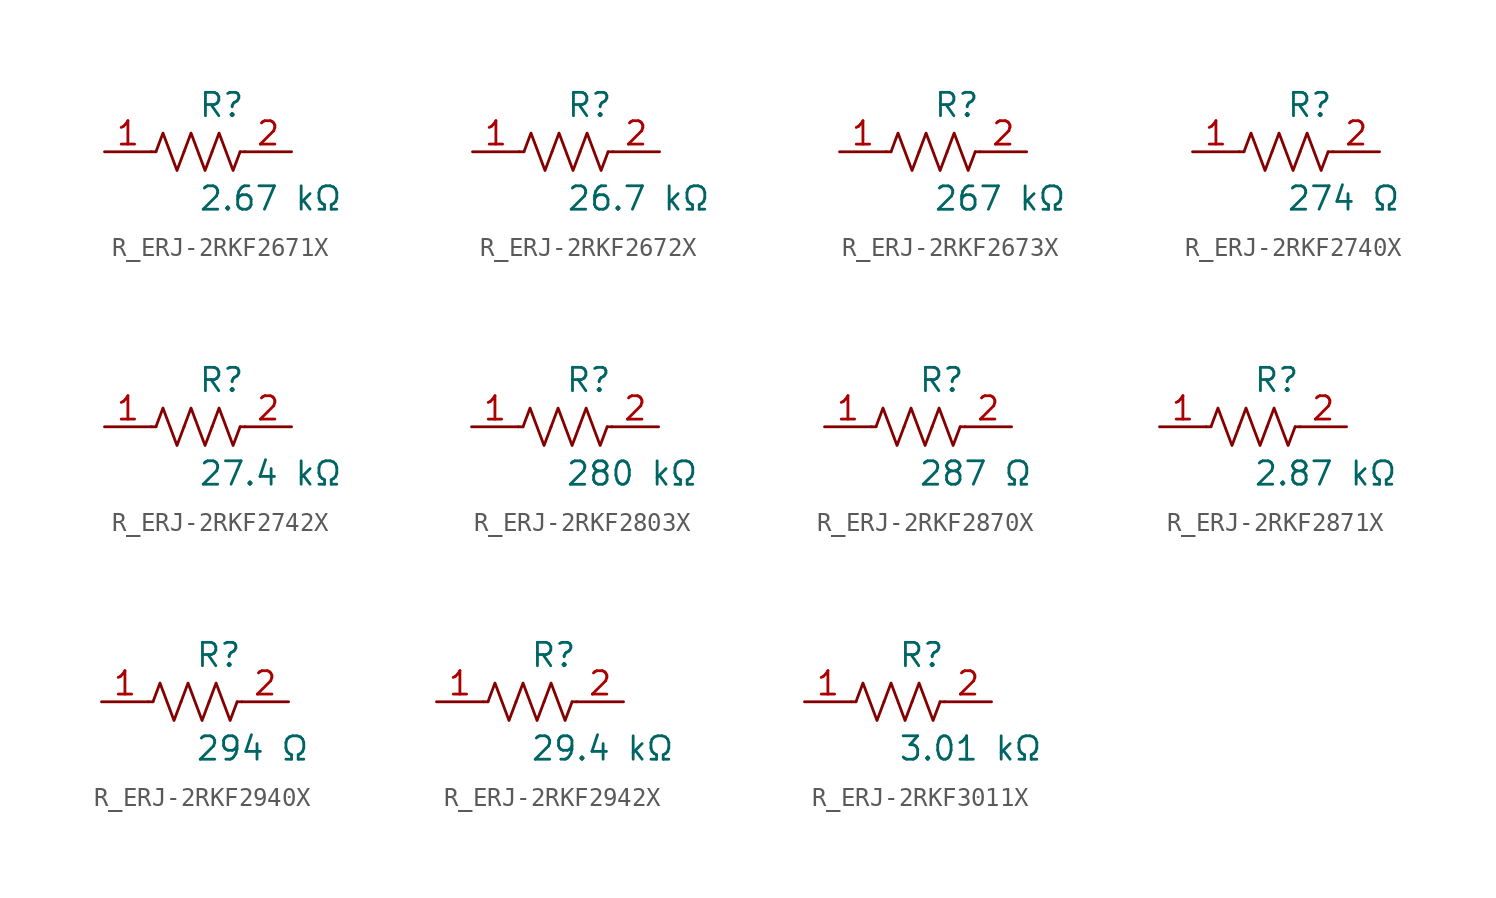
<source format=kicad_sym>
(kicad_symbol_lib
  (version 20231120)
  (generator kicad_symbol_editor)
  (generator_version 8.0)
  (symbol "R_ERJ-2RKF2671X"
    (pin_names
      (offset 0.254))
    (property "Reference" "R"
      (at 0.0 2.54 0)
      (effects (font (size 1.27 1.27)) (justify left)))
    (property "Value" "2.67 kΩ"
      (at 0.0 -2.54 0)
      (effects (font (size 1.27 1.27)) (justify left)))
    (symbol "R_ERJ-2RKF2671X_0_1"
      (polyline (pts (xy 2.286 0) (xy 2.54 0)) (stroke (width 0) (type default)) (fill (type none)))
      (polyline (pts (xy -2.286 0) (xy -2.54 0)) (stroke (width 0) (type default)) (fill (type none)))
      (polyline (pts (xy 0.762 0) (xy 1.143 1.016) (xy 1.524 0) (xy 1.905 -1.016) (xy 2.286 0)) (stroke (width 0) (type default)) (fill (type none)))
      (polyline (pts (xy -0.762 0) (xy -0.381 1.016) (xy 0 0) (xy 0.381 -1.016) (xy 0.762 0)) (stroke (width 0) (type default)) (fill (type none)))
      (polyline (pts (xy -2.286 0) (xy -1.905 1.016) (xy -1.524 0) (xy -1.143 -1.016) (xy -0.762 0)) (stroke (width 0) (type default)) (fill (type none))))
    (pin unspecified line
      (at -5.08 0 0)
      (length 2.54)
      (name "" (effects (font (size 1.27 1.27))))
      (number "1" (effects (font (size 1.27 1.27)))))
    (pin unspecified line
      (at 5.08 0 180)
      (length 2.54)
      (name "" (effects (font (size 1.27 1.27))))
      (number "2" (effects (font (size 1.27 1.27))))))
  (symbol "R_ERJ-2RKF2672X"
    (pin_names
      (offset 0.254))
    (property "Reference" "R"
      (at 0.0 2.54 0)
      (effects (font (size 1.27 1.27)) (justify left)))
    (property "Value" "26.7 kΩ"
      (at 0.0 -2.54 0)
      (effects (font (size 1.27 1.27)) (justify left)))
    (symbol "R_ERJ-2RKF2672X_0_1"
      (polyline (pts (xy 2.286 0) (xy 2.54 0)) (stroke (width 0) (type default)) (fill (type none)))
      (polyline (pts (xy -2.286 0) (xy -2.54 0)) (stroke (width 0) (type default)) (fill (type none)))
      (polyline (pts (xy 0.762 0) (xy 1.143 1.016) (xy 1.524 0) (xy 1.905 -1.016) (xy 2.286 0)) (stroke (width 0) (type default)) (fill (type none)))
      (polyline (pts (xy -0.762 0) (xy -0.381 1.016) (xy 0 0) (xy 0.381 -1.016) (xy 0.762 0)) (stroke (width 0) (type default)) (fill (type none)))
      (polyline (pts (xy -2.286 0) (xy -1.905 1.016) (xy -1.524 0) (xy -1.143 -1.016) (xy -0.762 0)) (stroke (width 0) (type default)) (fill (type none))))
    (pin unspecified line
      (at -5.08 0 0)
      (length 2.54)
      (name "" (effects (font (size 1.27 1.27))))
      (number "1" (effects (font (size 1.27 1.27)))))
    (pin unspecified line
      (at 5.08 0 180)
      (length 2.54)
      (name "" (effects (font (size 1.27 1.27))))
      (number "2" (effects (font (size 1.27 1.27))))))
  (symbol "R_ERJ-2RKF2673X"
    (pin_names
      (offset 0.254))
    (property "Reference" "R"
      (at 0.0 2.54 0)
      (effects (font (size 1.27 1.27)) (justify left)))
    (property "Value" "267 kΩ"
      (at 0.0 -2.54 0)
      (effects (font (size 1.27 1.27)) (justify left)))
    (symbol "R_ERJ-2RKF2673X_0_1"
      (polyline (pts (xy 2.286 0) (xy 2.54 0)) (stroke (width 0) (type default)) (fill (type none)))
      (polyline (pts (xy -2.286 0) (xy -2.54 0)) (stroke (width 0) (type default)) (fill (type none)))
      (polyline (pts (xy 0.762 0) (xy 1.143 1.016) (xy 1.524 0) (xy 1.905 -1.016) (xy 2.286 0)) (stroke (width 0) (type default)) (fill (type none)))
      (polyline (pts (xy -0.762 0) (xy -0.381 1.016) (xy 0 0) (xy 0.381 -1.016) (xy 0.762 0)) (stroke (width 0) (type default)) (fill (type none)))
      (polyline (pts (xy -2.286 0) (xy -1.905 1.016) (xy -1.524 0) (xy -1.143 -1.016) (xy -0.762 0)) (stroke (width 0) (type default)) (fill (type none))))
    (pin unspecified line
      (at -5.08 0 0)
      (length 2.54)
      (name "" (effects (font (size 1.27 1.27))))
      (number "1" (effects (font (size 1.27 1.27)))))
    (pin unspecified line
      (at 5.08 0 180)
      (length 2.54)
      (name "" (effects (font (size 1.27 1.27))))
      (number "2" (effects (font (size 1.27 1.27))))))
  (symbol "R_ERJ-2RKF2740X"
    (pin_names
      (offset 0.254))
    (property "Reference" "R"
      (at 0.0 2.54 0)
      (effects (font (size 1.27 1.27)) (justify left)))
    (property "Value" "274 Ω"
      (at 0.0 -2.54 0)
      (effects (font (size 1.27 1.27)) (justify left)))
    (symbol "R_ERJ-2RKF2740X_0_1"
      (polyline (pts (xy 2.286 0) (xy 2.54 0)) (stroke (width 0) (type default)) (fill (type none)))
      (polyline (pts (xy -2.286 0) (xy -2.54 0)) (stroke (width 0) (type default)) (fill (type none)))
      (polyline (pts (xy 0.762 0) (xy 1.143 1.016) (xy 1.524 0) (xy 1.905 -1.016) (xy 2.286 0)) (stroke (width 0) (type default)) (fill (type none)))
      (polyline (pts (xy -0.762 0) (xy -0.381 1.016) (xy 0 0) (xy 0.381 -1.016) (xy 0.762 0)) (stroke (width 0) (type default)) (fill (type none)))
      (polyline (pts (xy -2.286 0) (xy -1.905 1.016) (xy -1.524 0) (xy -1.143 -1.016) (xy -0.762 0)) (stroke (width 0) (type default)) (fill (type none))))
    (pin unspecified line
      (at -5.08 0 0)
      (length 2.54)
      (name "" (effects (font (size 1.27 1.27))))
      (number "1" (effects (font (size 1.27 1.27)))))
    (pin unspecified line
      (at 5.08 0 180)
      (length 2.54)
      (name "" (effects (font (size 1.27 1.27))))
      (number "2" (effects (font (size 1.27 1.27))))))
  (symbol "R_ERJ-2RKF2742X"
    (pin_names
      (offset 0.254))
    (property "Reference" "R"
      (at 0.0 2.54 0)
      (effects (font (size 1.27 1.27)) (justify left)))
    (property "Value" "27.4 kΩ"
      (at 0.0 -2.54 0)
      (effects (font (size 1.27 1.27)) (justify left)))
    (symbol "R_ERJ-2RKF2742X_0_1"
      (polyline (pts (xy 2.286 0) (xy 2.54 0)) (stroke (width 0) (type default)) (fill (type none)))
      (polyline (pts (xy -2.286 0) (xy -2.54 0)) (stroke (width 0) (type default)) (fill (type none)))
      (polyline (pts (xy 0.762 0) (xy 1.143 1.016) (xy 1.524 0) (xy 1.905 -1.016) (xy 2.286 0)) (stroke (width 0) (type default)) (fill (type none)))
      (polyline (pts (xy -0.762 0) (xy -0.381 1.016) (xy 0 0) (xy 0.381 -1.016) (xy 0.762 0)) (stroke (width 0) (type default)) (fill (type none)))
      (polyline (pts (xy -2.286 0) (xy -1.905 1.016) (xy -1.524 0) (xy -1.143 -1.016) (xy -0.762 0)) (stroke (width 0) (type default)) (fill (type none))))
    (pin unspecified line
      (at -5.08 0 0)
      (length 2.54)
      (name "" (effects (font (size 1.27 1.27))))
      (number "1" (effects (font (size 1.27 1.27)))))
    (pin unspecified line
      (at 5.08 0 180)
      (length 2.54)
      (name "" (effects (font (size 1.27 1.27))))
      (number "2" (effects (font (size 1.27 1.27))))))
  (symbol "R_ERJ-2RKF2803X"
    (pin_names
      (offset 0.254))
    (property "Reference" "R"
      (at 0.0 2.54 0)
      (effects (font (size 1.27 1.27)) (justify left)))
    (property "Value" "280 kΩ"
      (at 0.0 -2.54 0)
      (effects (font (size 1.27 1.27)) (justify left)))
    (symbol "R_ERJ-2RKF2803X_0_1"
      (polyline (pts (xy 2.286 0) (xy 2.54 0)) (stroke (width 0) (type default)) (fill (type none)))
      (polyline (pts (xy -2.286 0) (xy -2.54 0)) (stroke (width 0) (type default)) (fill (type none)))
      (polyline (pts (xy 0.762 0) (xy 1.143 1.016) (xy 1.524 0) (xy 1.905 -1.016) (xy 2.286 0)) (stroke (width 0) (type default)) (fill (type none)))
      (polyline (pts (xy -0.762 0) (xy -0.381 1.016) (xy 0 0) (xy 0.381 -1.016) (xy 0.762 0)) (stroke (width 0) (type default)) (fill (type none)))
      (polyline (pts (xy -2.286 0) (xy -1.905 1.016) (xy -1.524 0) (xy -1.143 -1.016) (xy -0.762 0)) (stroke (width 0) (type default)) (fill (type none))))
    (pin unspecified line
      (at -5.08 0 0)
      (length 2.54)
      (name "" (effects (font (size 1.27 1.27))))
      (number "1" (effects (font (size 1.27 1.27)))))
    (pin unspecified line
      (at 5.08 0 180)
      (length 2.54)
      (name "" (effects (font (size 1.27 1.27))))
      (number "2" (effects (font (size 1.27 1.27))))))
  (symbol "R_ERJ-2RKF2870X"
    (pin_names
      (offset 0.254))
    (property "Reference" "R"
      (at 0.0 2.54 0)
      (effects (font (size 1.27 1.27)) (justify left)))
    (property "Value" "287 Ω"
      (at 0.0 -2.54 0)
      (effects (font (size 1.27 1.27)) (justify left)))
    (symbol "R_ERJ-2RKF2870X_0_1"
      (polyline (pts (xy 2.286 0) (xy 2.54 0)) (stroke (width 0) (type default)) (fill (type none)))
      (polyline (pts (xy -2.286 0) (xy -2.54 0)) (stroke (width 0) (type default)) (fill (type none)))
      (polyline (pts (xy 0.762 0) (xy 1.143 1.016) (xy 1.524 0) (xy 1.905 -1.016) (xy 2.286 0)) (stroke (width 0) (type default)) (fill (type none)))
      (polyline (pts (xy -0.762 0) (xy -0.381 1.016) (xy 0 0) (xy 0.381 -1.016) (xy 0.762 0)) (stroke (width 0) (type default)) (fill (type none)))
      (polyline (pts (xy -2.286 0) (xy -1.905 1.016) (xy -1.524 0) (xy -1.143 -1.016) (xy -0.762 0)) (stroke (width 0) (type default)) (fill (type none))))
    (pin unspecified line
      (at -5.08 0 0)
      (length 2.54)
      (name "" (effects (font (size 1.27 1.27))))
      (number "1" (effects (font (size 1.27 1.27)))))
    (pin unspecified line
      (at 5.08 0 180)
      (length 2.54)
      (name "" (effects (font (size 1.27 1.27))))
      (number "2" (effects (font (size 1.27 1.27))))))
  (symbol "R_ERJ-2RKF2871X"
    (pin_names
      (offset 0.254))
    (property "Reference" "R"
      (at 0.0 2.54 0)
      (effects (font (size 1.27 1.27)) (justify left)))
    (property "Value" "2.87 kΩ"
      (at 0.0 -2.54 0)
      (effects (font (size 1.27 1.27)) (justify left)))
    (symbol "R_ERJ-2RKF2871X_0_1"
      (polyline (pts (xy 2.286 0) (xy 2.54 0)) (stroke (width 0) (type default)) (fill (type none)))
      (polyline (pts (xy -2.286 0) (xy -2.54 0)) (stroke (width 0) (type default)) (fill (type none)))
      (polyline (pts (xy 0.762 0) (xy 1.143 1.016) (xy 1.524 0) (xy 1.905 -1.016) (xy 2.286 0)) (stroke (width 0) (type default)) (fill (type none)))
      (polyline (pts (xy -0.762 0) (xy -0.381 1.016) (xy 0 0) (xy 0.381 -1.016) (xy 0.762 0)) (stroke (width 0) (type default)) (fill (type none)))
      (polyline (pts (xy -2.286 0) (xy -1.905 1.016) (xy -1.524 0) (xy -1.143 -1.016) (xy -0.762 0)) (stroke (width 0) (type default)) (fill (type none))))
    (pin unspecified line
      (at -5.08 0 0)
      (length 2.54)
      (name "" (effects (font (size 1.27 1.27))))
      (number "1" (effects (font (size 1.27 1.27)))))
    (pin unspecified line
      (at 5.08 0 180)
      (length 2.54)
      (name "" (effects (font (size 1.27 1.27))))
      (number "2" (effects (font (size 1.27 1.27))))))
  (symbol "R_ERJ-2RKF2940X"
    (pin_names
      (offset 0.254))
    (property "Reference" "R"
      (at 0.0 2.54 0)
      (effects (font (size 1.27 1.27)) (justify left)))
    (property "Value" "294 Ω"
      (at 0.0 -2.54 0)
      (effects (font (size 1.27 1.27)) (justify left)))
    (symbol "R_ERJ-2RKF2940X_0_1"
      (polyline (pts (xy 2.286 0) (xy 2.54 0)) (stroke (width 0) (type default)) (fill (type none)))
      (polyline (pts (xy -2.286 0) (xy -2.54 0)) (stroke (width 0) (type default)) (fill (type none)))
      (polyline (pts (xy 0.762 0) (xy 1.143 1.016) (xy 1.524 0) (xy 1.905 -1.016) (xy 2.286 0)) (stroke (width 0) (type default)) (fill (type none)))
      (polyline (pts (xy -0.762 0) (xy -0.381 1.016) (xy 0 0) (xy 0.381 -1.016) (xy 0.762 0)) (stroke (width 0) (type default)) (fill (type none)))
      (polyline (pts (xy -2.286 0) (xy -1.905 1.016) (xy -1.524 0) (xy -1.143 -1.016) (xy -0.762 0)) (stroke (width 0) (type default)) (fill (type none))))
    (pin unspecified line
      (at -5.08 0 0)
      (length 2.54)
      (name "" (effects (font (size 1.27 1.27))))
      (number "1" (effects (font (size 1.27 1.27)))))
    (pin unspecified line
      (at 5.08 0 180)
      (length 2.54)
      (name "" (effects (font (size 1.27 1.27))))
      (number "2" (effects (font (size 1.27 1.27))))))
  (symbol "R_ERJ-2RKF2942X"
    (pin_names
      (offset 0.254))
    (property "Reference" "R"
      (at 0.0 2.54 0)
      (effects (font (size 1.27 1.27)) (justify left)))
    (property "Value" "29.4 kΩ"
      (at 0.0 -2.54 0)
      (effects (font (size 1.27 1.27)) (justify left)))
    (symbol "R_ERJ-2RKF2942X_0_1"
      (polyline (pts (xy 2.286 0) (xy 2.54 0)) (stroke (width 0) (type default)) (fill (type none)))
      (polyline (pts (xy -2.286 0) (xy -2.54 0)) (stroke (width 0) (type default)) (fill (type none)))
      (polyline (pts (xy 0.762 0) (xy 1.143 1.016) (xy 1.524 0) (xy 1.905 -1.016) (xy 2.286 0)) (stroke (width 0) (type default)) (fill (type none)))
      (polyline (pts (xy -0.762 0) (xy -0.381 1.016) (xy 0 0) (xy 0.381 -1.016) (xy 0.762 0)) (stroke (width 0) (type default)) (fill (type none)))
      (polyline (pts (xy -2.286 0) (xy -1.905 1.016) (xy -1.524 0) (xy -1.143 -1.016) (xy -0.762 0)) (stroke (width 0) (type default)) (fill (type none))))
    (pin unspecified line
      (at -5.08 0 0)
      (length 2.54)
      (name "" (effects (font (size 1.27 1.27))))
      (number "1" (effects (font (size 1.27 1.27)))))
    (pin unspecified line
      (at 5.08 0 180)
      (length 2.54)
      (name "" (effects (font (size 1.27 1.27))))
      (number "2" (effects (font (size 1.27 1.27))))))
  (symbol "R_ERJ-2RKF3011X"
    (pin_names
      (offset 0.254))
    (property "Reference" "R"
      (at 0.0 2.54 0)
      (effects (font (size 1.27 1.27)) (justify left)))
    (property "Value" "3.01 kΩ"
      (at 0.0 -2.54 0)
      (effects (font (size 1.27 1.27)) (justify left)))
    (symbol "R_ERJ-2RKF3011X_0_1"
      (polyline (pts (xy 2.286 0) (xy 2.54 0)) (stroke (width 0) (type default)) (fill (type none)))
      (polyline (pts (xy -2.286 0) (xy -2.54 0)) (stroke (width 0) (type default)) (fill (type none)))
      (polyline (pts (xy 0.762 0) (xy 1.143 1.016) (xy 1.524 0) (xy 1.905 -1.016) (xy 2.286 0)) (stroke (width 0) (type default)) (fill (type none)))
      (polyline (pts (xy -0.762 0) (xy -0.381 1.016) (xy 0 0) (xy 0.381 -1.016) (xy 0.762 0)) (stroke (width 0) (type default)) (fill (type none)))
      (polyline (pts (xy -2.286 0) (xy -1.905 1.016) (xy -1.524 0) (xy -1.143 -1.016) (xy -0.762 0)) (stroke (width 0) (type default)) (fill (type none))))
    (pin unspecified line
      (at -5.08 0 0)
      (length 2.54)
      (name "" (effects (font (size 1.27 1.27))))
      (number "1" (effects (font (size 1.27 1.27)))))
    (pin unspecified line
      (at 5.08 0 180)
      (length 2.54)
      (name "" (effects (font (size 1.27 1.27))))
      (number "2" (effects (font (size 1.27 1.27)))))))
</source>
